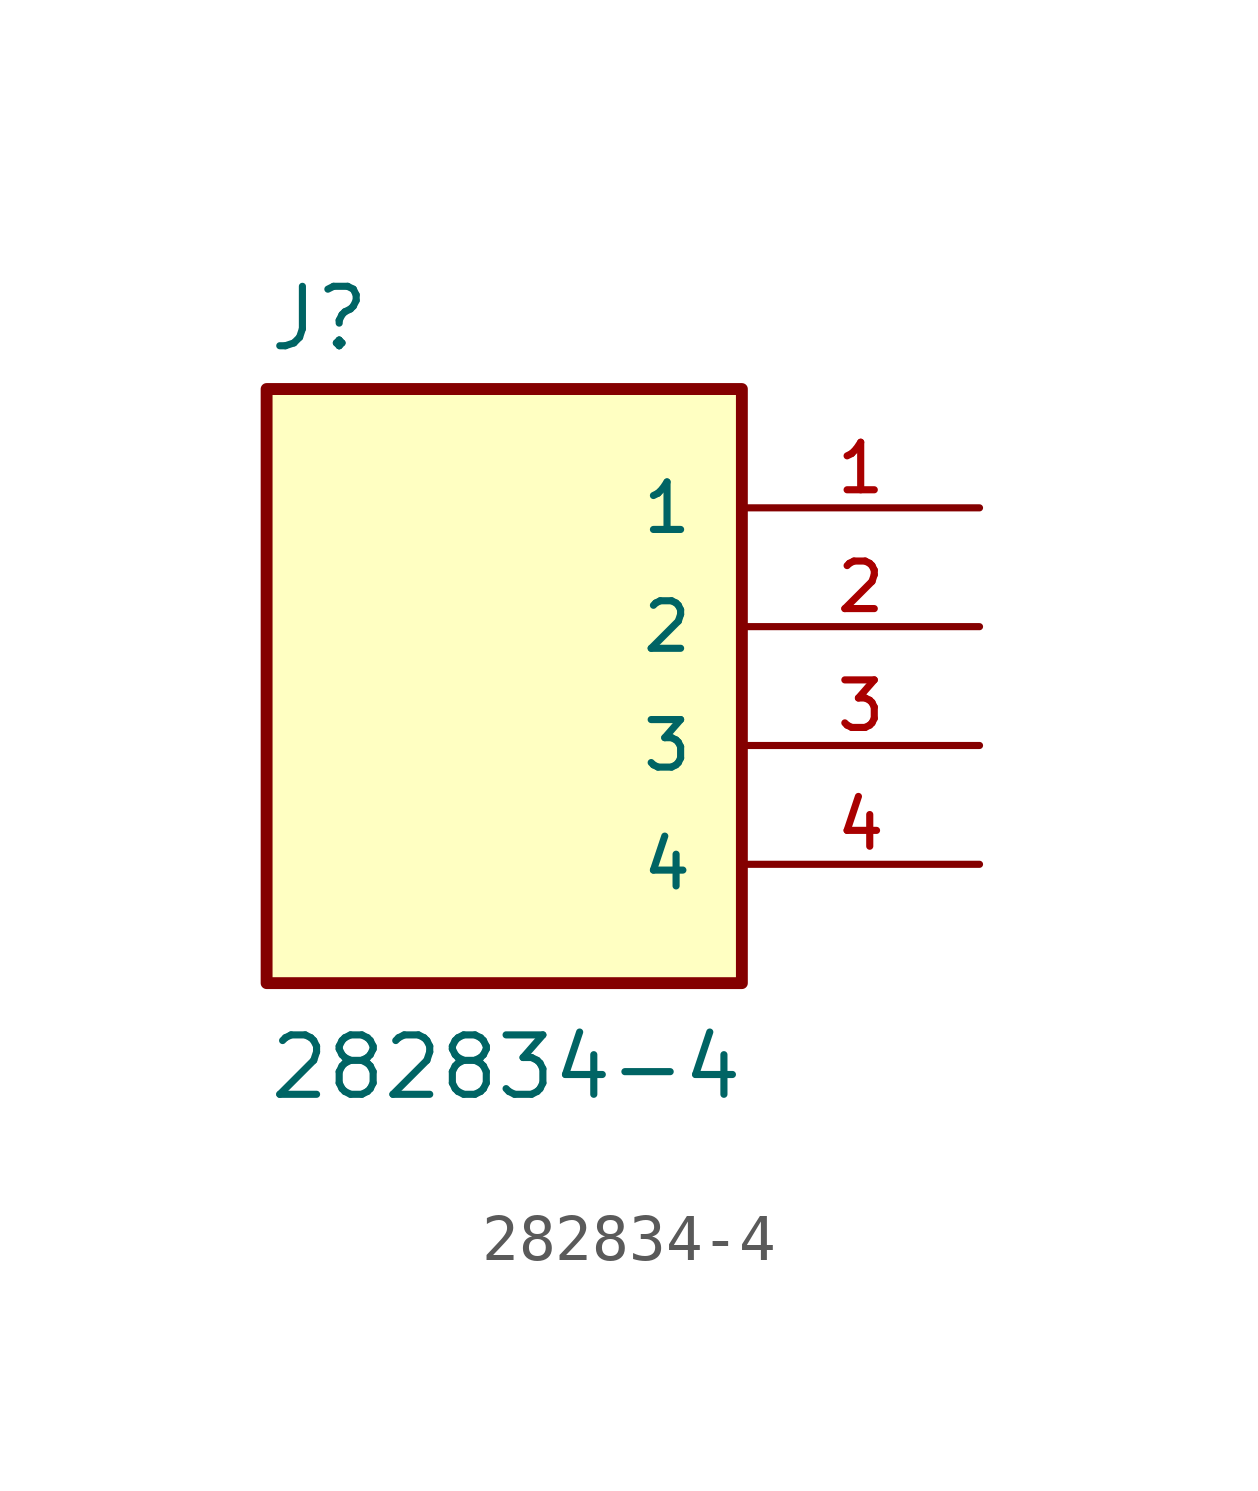
<source format=kicad_sym>
(kicad_symbol_lib
  (version 20211014)
  (generator kicad_symbol_editor)
  (symbol "282834-4"
    (pin_names
      (offset 1.016))
    (property "Reference" "J"
      (at -7.62 8.382 0)
      (effects (font (size 1.27 1.27)) (justify bottom left)))
    (property "Value" "282834-4"
      (at -7.62 -7.62 0)
      (effects (font (size 1.27 1.27)) (justify bottom left)))
    (symbol "282834-4_0_0"
      (rectangle (start -7.62 -5.08) (end 2.54 7.62) (stroke (width 0.254)) (fill (type background)))
      (pin passive line (at 7.62 5.08 180.0) (length 5.08) (name "1" (effects (font (size 1.016 1.016)))) (number "1" (effects (font (size 1.016 1.016)))))
      (pin passive line (at 7.62 2.54 180.0) (length 5.08) (name "2" (effects (font (size 1.016 1.016)))) (number "2" (effects (font (size 1.016 1.016)))))
      (pin passive line (at 7.62 0.0 180.0) (length 5.08) (name "3" (effects (font (size 1.016 1.016)))) (number "3" (effects (font (size 1.016 1.016)))))
      (pin passive line (at 7.62 -2.54 180.0) (length 5.08) (name "4" (effects (font (size 1.016 1.016)))) (number "4" (effects (font (size 1.016 1.016))))))))
</source>
